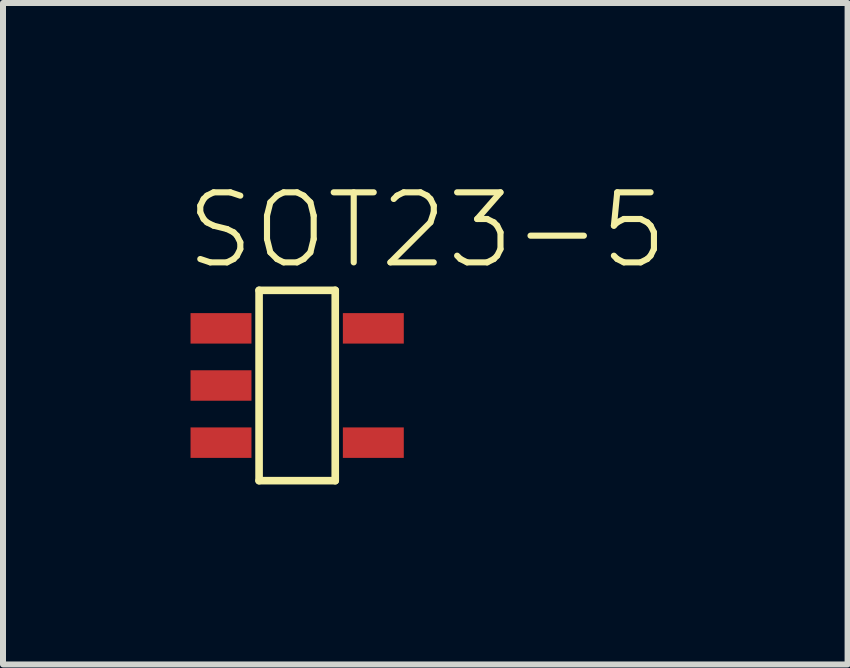
<source format=kicad_pcb>
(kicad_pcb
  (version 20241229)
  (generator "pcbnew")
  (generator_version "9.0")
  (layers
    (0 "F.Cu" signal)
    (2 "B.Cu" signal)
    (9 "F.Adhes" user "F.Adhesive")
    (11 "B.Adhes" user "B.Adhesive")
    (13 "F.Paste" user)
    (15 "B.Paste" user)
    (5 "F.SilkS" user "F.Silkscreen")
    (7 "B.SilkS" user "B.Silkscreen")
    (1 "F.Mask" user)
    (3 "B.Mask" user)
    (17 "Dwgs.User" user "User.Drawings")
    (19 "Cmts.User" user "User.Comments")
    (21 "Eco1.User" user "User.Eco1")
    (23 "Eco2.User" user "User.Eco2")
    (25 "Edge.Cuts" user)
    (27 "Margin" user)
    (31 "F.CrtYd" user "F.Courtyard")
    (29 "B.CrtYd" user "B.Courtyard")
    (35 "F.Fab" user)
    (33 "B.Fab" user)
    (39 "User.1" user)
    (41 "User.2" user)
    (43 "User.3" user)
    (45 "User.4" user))
  (footprint "SOT23-5"
    (layer "F.Cu")
    (at 1.905 3.378)
    (property "Reference" "SOT23-5" (at -1.905 -1.905 0) (unlocked yes) (layer "F.SilkS") (effects (font (size 1.168 1.168) (thickness 0.102)) (justify left bottom)))
    (fp_line (start -0.635 -1.587) (end 0.635 -1.587) (stroke (width 0.127) (type solid)) (layer "F.SilkS"))
    (fp_line (start -0.635 1.587) (end -0.635 -1.587) (stroke (width 0.127) (type solid)) (layer "F.SilkS"))
    (fp_line (start 0.635 -1.587) (end 0.635 1.587) (stroke (width 0.127) (type solid)) (layer "F.SilkS"))
    (fp_line (start 0.635 1.587) (end -0.635 1.587) (stroke (width 0.127) (type solid)) (layer "F.SilkS"))
    (pad "1" smd rect (at -1.27 -0.953) (size 1.016 0.508) (layers "F.Cu" "F.Mask" "F.Paste"))
    (pad "2" smd rect (at -1.27 0) (size 1.016 0.508) (layers "F.Cu" "F.Mask" "F.Paste"))
    (pad "3" smd rect (at -1.27 0.953) (size 1.016 0.508) (layers "F.Cu" "F.Mask" "F.Paste"))
    (pad "4" smd rect (at 1.27 0.953) (size 1.016 0.508) (layers "F.Cu" "F.Mask" "F.Paste"))
    (pad "5" smd rect (at 1.27 -0.953) (size 1.016 0.508) (layers "F.Cu" "F.Mask" "F.Paste")))
  (gr_rect
    (start -3 -3)
    (end 11.083 8.029)
    (stroke (width 0.1) (type default))
    (fill no)
    (layer "Edge.Cuts")))
</source>
